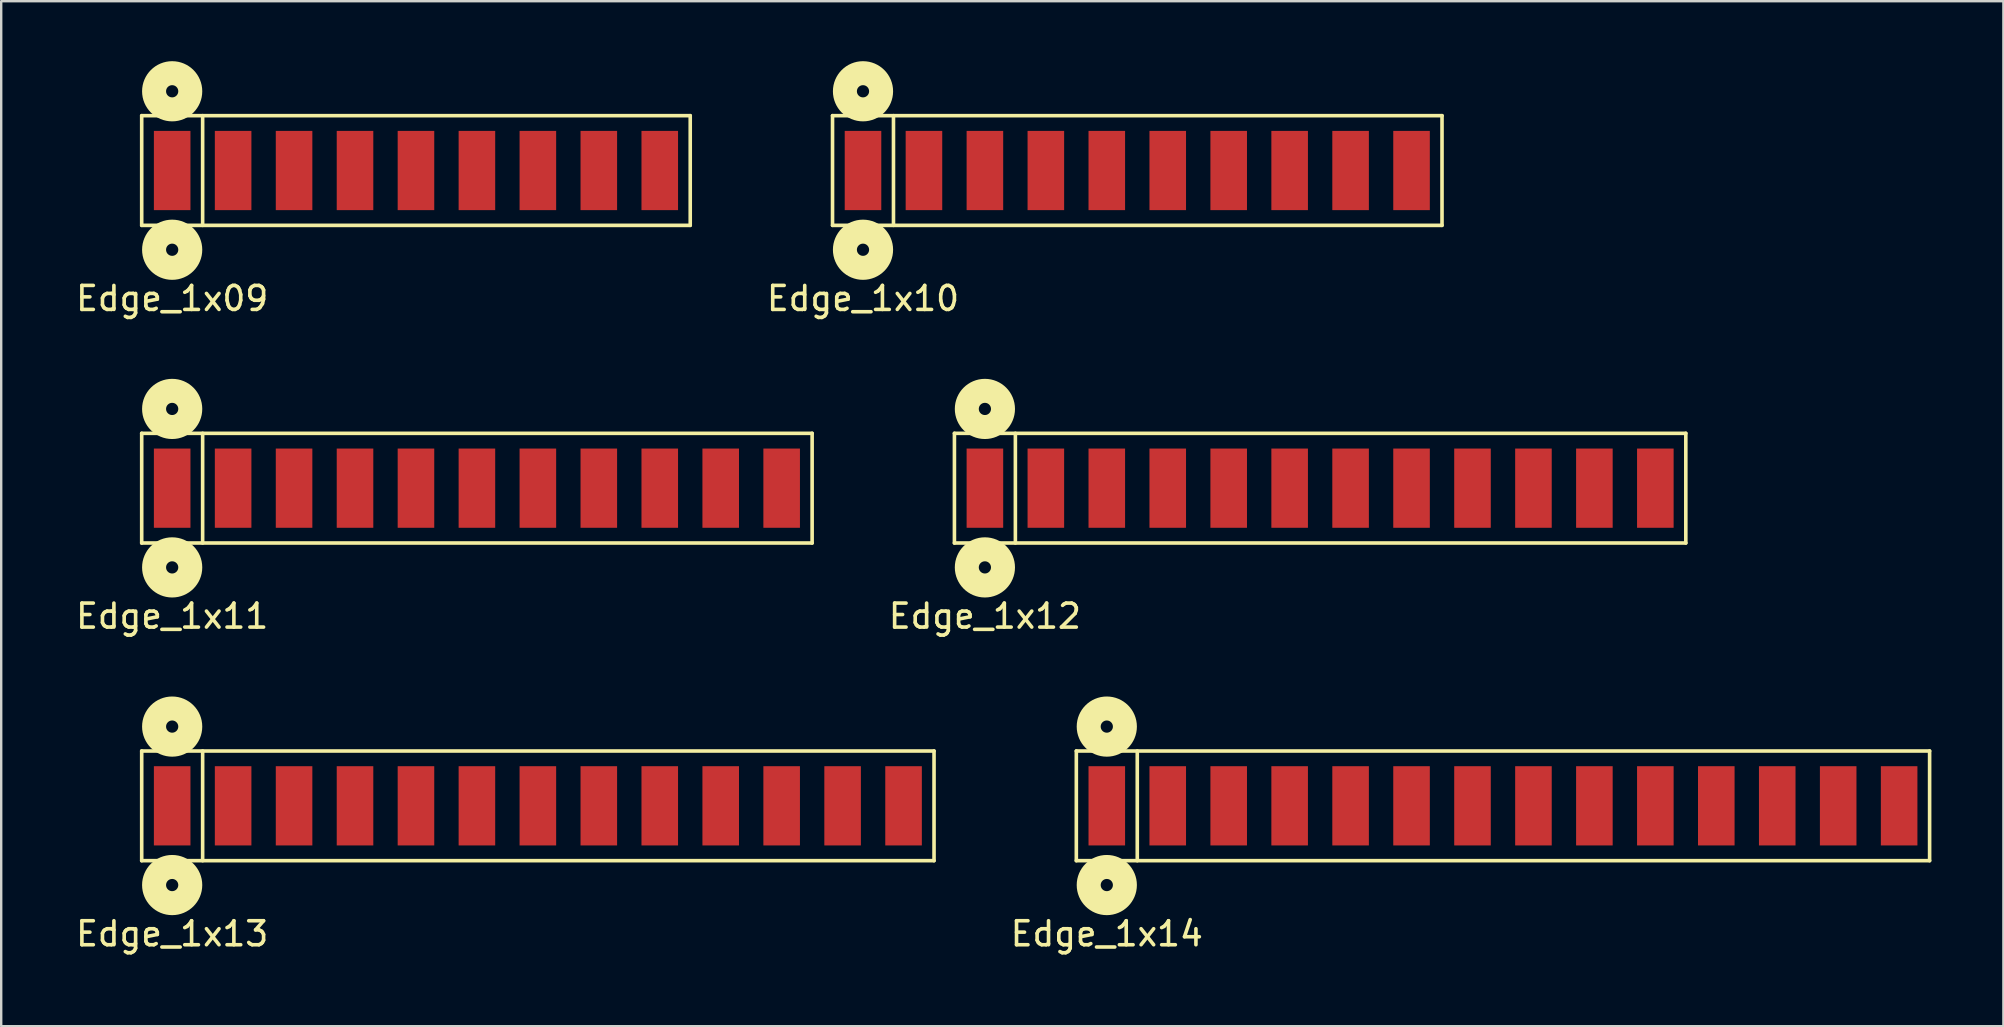
<source format=kicad_pcb>
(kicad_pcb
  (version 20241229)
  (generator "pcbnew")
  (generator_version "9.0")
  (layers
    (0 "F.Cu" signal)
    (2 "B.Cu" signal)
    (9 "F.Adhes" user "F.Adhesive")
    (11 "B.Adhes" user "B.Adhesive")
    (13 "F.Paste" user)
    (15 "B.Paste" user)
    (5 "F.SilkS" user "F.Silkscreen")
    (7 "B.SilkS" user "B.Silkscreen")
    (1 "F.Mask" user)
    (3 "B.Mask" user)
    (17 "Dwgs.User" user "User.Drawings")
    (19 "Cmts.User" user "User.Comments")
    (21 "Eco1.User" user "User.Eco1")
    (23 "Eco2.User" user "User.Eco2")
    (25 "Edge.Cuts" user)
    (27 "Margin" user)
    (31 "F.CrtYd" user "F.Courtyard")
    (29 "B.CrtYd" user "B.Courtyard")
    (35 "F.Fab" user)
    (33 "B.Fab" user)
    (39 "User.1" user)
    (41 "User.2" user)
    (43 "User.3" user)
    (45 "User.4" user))
  (footprint "Edge_1x11"
    (layer "F.Cu")
    (at 4.125 17.294)
    (property "Reference" "Edge_1x11" (at 0 5.334 0) (layer "F.SilkS") (effects (font (size 1 1) (thickness 0.15))))
    (attr through_hole)
    (fp_line (start -1.27 -2.286) (end -1.27 2.286) (stroke (width 0.15) (type solid)) (layer "F.SilkS"))
    (fp_line (start -1.27 2.286) (end 26.67 2.286) (stroke (width 0.15) (type solid)) (layer "F.SilkS"))
    (fp_line (start 1.27 2.286) (end 1.27 -2.286) (stroke (width 0.15) (type solid)) (layer "F.SilkS"))
    (fp_line (start 26.67 -2.286) (end -1.27 -2.286) (stroke (width 0.15) (type solid)) (layer "F.SilkS"))
    (fp_line (start 26.67 2.286) (end 26.67 -2.286) (stroke (width 0.15) (type solid)) (layer "F.SilkS"))
    (fp_circle (center 0 -3.302) (end 0.254 -3.302) (stroke (width 1) (type solid)) (fill no) (layer "F.SilkS"))
    (fp_circle (center 0 3.302) (end 0.254 3.302) (stroke (width 1) (type solid)) (fill no) (layer "F.SilkS"))
    (pad "1" smd rect (at 0 0) (size 1.524 3.302) (layers "F.Cu" "F.Mask" "F.Paste"))
    (pad "2" smd rect (at 2.54 0) (size 1.524 3.302) (layers "F.Cu" "F.Mask" "F.Paste"))
    (pad "3" smd rect (at 5.08 0) (size 1.524 3.302) (layers "F.Cu" "F.Mask" "F.Paste"))
    (pad "4" smd rect (at 7.62 0) (size 1.524 3.302) (layers "F.Cu" "F.Mask" "F.Paste"))
    (pad "5" smd rect (at 10.16 0) (size 1.524 3.302) (layers "F.Cu" "F.Mask" "F.Paste"))
    (pad "6" smd rect (at 12.7 0) (size 1.524 3.302) (layers "F.Cu" "F.Mask" "F.Paste"))
    (pad "7" smd rect (at 15.24 0) (size 1.524 3.302) (layers "F.Cu" "F.Mask" "F.Paste"))
    (pad "8" smd rect (at 17.78 0) (size 1.524 3.302) (layers "F.Cu" "F.Mask" "F.Paste"))
    (pad "9" smd rect (at 20.32 0) (size 1.524 3.302) (layers "F.Cu" "F.Mask" "F.Paste"))
    (pad "10" smd rect (at 22.86 0) (size 1.524 3.302) (layers "F.Cu" "F.Mask" "F.Paste"))
    (pad "11" smd rect (at 25.4 0) (size 1.524 3.302) (layers "F.Cu" "F.Mask" "F.Paste")))
  (footprint "Edge_1x09"
    (layer "F.Cu")
    (at 4.125 4.056)
    (property "Reference" "Edge_1x09" (at 0 5.334 0) (layer "F.SilkS") (effects (font (size 1 1) (thickness 0.15))))
    (attr through_hole)
    (fp_line (start -1.27 -2.286) (end -1.27 2.286) (stroke (width 0.15) (type solid)) (layer "F.SilkS"))
    (fp_line (start -1.27 2.286) (end 21.59 2.286) (stroke (width 0.15) (type solid)) (layer "F.SilkS"))
    (fp_line (start 1.27 2.286) (end 1.27 -2.286) (stroke (width 0.15) (type solid)) (layer "F.SilkS"))
    (fp_line (start 21.59 -2.286) (end -1.27 -2.286) (stroke (width 0.15) (type solid)) (layer "F.SilkS"))
    (fp_line (start 21.59 2.286) (end 21.59 -2.286) (stroke (width 0.15) (type solid)) (layer "F.SilkS"))
    (fp_circle (center 0 -3.302) (end 0.254 -3.302) (stroke (width 1) (type solid)) (fill no) (layer "F.SilkS"))
    (fp_circle (center 0 3.302) (end 0.254 3.302) (stroke (width 1) (type solid)) (fill no) (layer "F.SilkS"))
    (pad "1" smd rect (at 0 0) (size 1.524 3.302) (layers "F.Cu" "F.Mask" "F.Paste"))
    (pad "2" smd rect (at 2.54 0) (size 1.524 3.302) (layers "F.Cu" "F.Mask" "F.Paste"))
    (pad "3" smd rect (at 5.08 0) (size 1.524 3.302) (layers "F.Cu" "F.Mask" "F.Paste"))
    (pad "4" smd rect (at 7.62 0) (size 1.524 3.302) (layers "F.Cu" "F.Mask" "F.Paste"))
    (pad "5" smd rect (at 10.16 0) (size 1.524 3.302) (layers "F.Cu" "F.Mask" "F.Paste"))
    (pad "6" smd rect (at 12.7 0) (size 1.524 3.302) (layers "F.Cu" "F.Mask" "F.Paste"))
    (pad "7" smd rect (at 15.24 0) (size 1.524 3.302) (layers "F.Cu" "F.Mask" "F.Paste"))
    (pad "8" smd rect (at 17.78 0) (size 1.524 3.302) (layers "F.Cu" "F.Mask" "F.Paste"))
    (pad "9" smd rect (at 20.32 0) (size 1.524 3.302) (layers "F.Cu" "F.Mask" "F.Paste")))
  (footprint "Edge_1x13"
    (layer "F.Cu")
    (at 4.125 30.532)
    (property "Reference" "Edge_1x13" (at 0 5.334 0) (layer "F.SilkS") (effects (font (size 1 1) (thickness 0.15))))
    (attr through_hole)
    (fp_line (start -1.27 -2.286) (end -1.27 2.286) (stroke (width 0.15) (type solid)) (layer "F.SilkS"))
    (fp_line (start -1.27 2.286) (end 31.75 2.286) (stroke (width 0.15) (type solid)) (layer "F.SilkS"))
    (fp_line (start 1.27 2.286) (end 1.27 -2.286) (stroke (width 0.15) (type solid)) (layer "F.SilkS"))
    (fp_line (start 31.75 -2.286) (end -1.27 -2.286) (stroke (width 0.15) (type solid)) (layer "F.SilkS"))
    (fp_line (start 31.75 2.286) (end 31.75 -2.286) (stroke (width 0.15) (type solid)) (layer "F.SilkS"))
    (fp_circle (center 0 -3.302) (end 0.254 -3.302) (stroke (width 1) (type solid)) (fill no) (layer "F.SilkS"))
    (fp_circle (center 0 3.302) (end 0.254 3.302) (stroke (width 1) (type solid)) (fill no) (layer "F.SilkS"))
    (pad "1" smd rect (at 0 0) (size 1.524 3.302) (layers "F.Cu" "F.Mask" "F.Paste"))
    (pad "2" smd rect (at 2.54 0) (size 1.524 3.302) (layers "F.Cu" "F.Mask" "F.Paste"))
    (pad "3" smd rect (at 5.08 0) (size 1.524 3.302) (layers "F.Cu" "F.Mask" "F.Paste"))
    (pad "4" smd rect (at 7.62 0) (size 1.524 3.302) (layers "F.Cu" "F.Mask" "F.Paste"))
    (pad "5" smd rect (at 10.16 0) (size 1.524 3.302) (layers "F.Cu" "F.Mask" "F.Paste"))
    (pad "6" smd rect (at 12.7 0) (size 1.524 3.302) (layers "F.Cu" "F.Mask" "F.Paste"))
    (pad "7" smd rect (at 15.24 0) (size 1.524 3.302) (layers "F.Cu" "F.Mask" "F.Paste"))
    (pad "8" smd rect (at 17.78 0) (size 1.524 3.302) (layers "F.Cu" "F.Mask" "F.Paste"))
    (pad "9" smd rect (at 20.32 0) (size 1.524 3.302) (layers "F.Cu" "F.Mask" "F.Paste"))
    (pad "10" smd rect (at 22.86 0) (size 1.524 3.302) (layers "F.Cu" "F.Mask" "F.Paste"))
    (pad "11" smd rect (at 25.4 0) (size 1.524 3.302) (layers "F.Cu" "F.Mask" "F.Paste"))
    (pad "12" smd rect (at 27.94 0) (size 1.524 3.302) (layers "F.Cu" "F.Mask" "F.Paste"))
    (pad "13" smd rect (at 30.48 0) (size 1.524 3.302) (layers "F.Cu" "F.Mask" "F.Paste")))
  (footprint "Edge_1x10"
    (layer "F.Cu")
    (at 32.915 4.056)
    (property "Reference" "Edge_1x10" (at 0 5.334 0) (layer "F.SilkS") (effects (font (size 1 1) (thickness 0.15))))
    (attr through_hole)
    (fp_line (start -1.27 -2.286) (end -1.27 2.286) (stroke (width 0.15) (type solid)) (layer "F.SilkS"))
    (fp_line (start -1.27 2.286) (end 24.13 2.286) (stroke (width 0.15) (type solid)) (layer "F.SilkS"))
    (fp_line (start 1.27 2.286) (end 1.27 -2.286) (stroke (width 0.15) (type solid)) (layer "F.SilkS"))
    (fp_line (start 24.13 -2.286) (end -1.27 -2.286) (stroke (width 0.15) (type solid)) (layer "F.SilkS"))
    (fp_line (start 24.13 2.286) (end 24.13 -2.286) (stroke (width 0.15) (type solid)) (layer "F.SilkS"))
    (fp_circle (center 0 -3.302) (end 0.254 -3.302) (stroke (width 1) (type solid)) (fill no) (layer "F.SilkS"))
    (fp_circle (center 0 3.302) (end 0.254 3.302) (stroke (width 1) (type solid)) (fill no) (layer "F.SilkS"))
    (pad "1" smd rect (at 0 0) (size 1.524 3.302) (layers "F.Cu" "F.Mask" "F.Paste"))
    (pad "2" smd rect (at 2.54 0) (size 1.524 3.302) (layers "F.Cu" "F.Mask" "F.Paste"))
    (pad "3" smd rect (at 5.08 0) (size 1.524 3.302) (layers "F.Cu" "F.Mask" "F.Paste"))
    (pad "4" smd rect (at 7.62 0) (size 1.524 3.302) (layers "F.Cu" "F.Mask" "F.Paste"))
    (pad "5" smd rect (at 10.16 0) (size 1.524 3.302) (layers "F.Cu" "F.Mask" "F.Paste"))
    (pad "6" smd rect (at 12.7 0) (size 1.524 3.302) (layers "F.Cu" "F.Mask" "F.Paste"))
    (pad "7" smd rect (at 15.24 0) (size 1.524 3.302) (layers "F.Cu" "F.Mask" "F.Paste"))
    (pad "8" smd rect (at 17.78 0) (size 1.524 3.302) (layers "F.Cu" "F.Mask" "F.Paste"))
    (pad "9" smd rect (at 20.32 0) (size 1.524 3.302) (layers "F.Cu" "F.Mask" "F.Paste"))
    (pad "10" smd rect (at 22.86 0) (size 1.524 3.302) (layers "F.Cu" "F.Mask" "F.Paste")))
  (footprint "Edge_1x14"
    (layer "F.Cu")
    (at 43.075 30.532)
    (property "Reference" "Edge_1x14" (at 0 5.334 0) (layer "F.SilkS") (effects (font (size 1 1) (thickness 0.15))))
    (attr through_hole)
    (fp_line (start -1.27 -2.286) (end -1.27 2.286) (stroke (width 0.15) (type solid)) (layer "F.SilkS"))
    (fp_line (start -1.27 2.286) (end 34.29 2.286) (stroke (width 0.15) (type solid)) (layer "F.SilkS"))
    (fp_line (start 1.27 2.286) (end 1.27 -2.286) (stroke (width 0.15) (type solid)) (layer "F.SilkS"))
    (fp_line (start 34.29 -2.286) (end -1.27 -2.286) (stroke (width 0.15) (type solid)) (layer "F.SilkS"))
    (fp_line (start 34.29 2.286) (end 34.29 -2.286) (stroke (width 0.15) (type solid)) (layer "F.SilkS"))
    (fp_circle (center 0 -3.302) (end 0.254 -3.302) (stroke (width 1) (type solid)) (fill no) (layer "F.SilkS"))
    (fp_circle (center 0 3.302) (end 0.254 3.302) (stroke (width 1) (type solid)) (fill no) (layer "F.SilkS"))
    (pad "1" smd rect (at 0 0) (size 1.524 3.302) (layers "F.Cu" "F.Mask" "F.Paste"))
    (pad "2" smd rect (at 2.54 0) (size 1.524 3.302) (layers "F.Cu" "F.Mask" "F.Paste"))
    (pad "3" smd rect (at 5.08 0) (size 1.524 3.302) (layers "F.Cu" "F.Mask" "F.Paste"))
    (pad "4" smd rect (at 7.62 0) (size 1.524 3.302) (layers "F.Cu" "F.Mask" "F.Paste"))
    (pad "5" smd rect (at 10.16 0) (size 1.524 3.302) (layers "F.Cu" "F.Mask" "F.Paste"))
    (pad "6" smd rect (at 12.7 0) (size 1.524 3.302) (layers "F.Cu" "F.Mask" "F.Paste"))
    (pad "7" smd rect (at 15.24 0) (size 1.524 3.302) (layers "F.Cu" "F.Mask" "F.Paste"))
    (pad "8" smd rect (at 17.78 0) (size 1.524 3.302) (layers "F.Cu" "F.Mask" "F.Paste"))
    (pad "9" smd rect (at 20.32 0) (size 1.524 3.302) (layers "F.Cu" "F.Mask" "F.Paste"))
    (pad "10" smd rect (at 22.86 0) (size 1.524 3.302) (layers "F.Cu" "F.Mask" "F.Paste"))
    (pad "11" smd rect (at 25.4 0) (size 1.524 3.302) (layers "F.Cu" "F.Mask" "F.Paste"))
    (pad "12" smd rect (at 27.94 0) (size 1.524 3.302) (layers "F.Cu" "F.Mask" "F.Paste"))
    (pad "13" smd rect (at 30.48 0) (size 1.524 3.302) (layers "F.Cu" "F.Mask" "F.Paste"))
    (pad "14" smd rect (at 33.02 0) (size 1.524 3.302) (layers "F.Cu" "F.Mask" "F.Paste")))
  (footprint "Edge_1x12"
    (layer "F.Cu")
    (at 37.995 17.294)
    (property "Reference" "Edge_1x12" (at 0 5.334 0) (layer "F.SilkS") (effects (font (size 1 1) (thickness 0.15))))
    (attr through_hole)
    (fp_line (start -1.27 -2.286) (end -1.27 2.286) (stroke (width 0.15) (type solid)) (layer "F.SilkS"))
    (fp_line (start -1.27 2.286) (end 29.21 2.286) (stroke (width 0.15) (type solid)) (layer "F.SilkS"))
    (fp_line (start 1.27 2.286) (end 1.27 -2.286) (stroke (width 0.15) (type solid)) (layer "F.SilkS"))
    (fp_line (start 29.21 -2.286) (end -1.27 -2.286) (stroke (width 0.15) (type solid)) (layer "F.SilkS"))
    (fp_line (start 29.21 2.286) (end 29.21 -2.286) (stroke (width 0.15) (type solid)) (layer "F.SilkS"))
    (fp_circle (center 0 -3.302) (end 0.254 -3.302) (stroke (width 1) (type solid)) (fill no) (layer "F.SilkS"))
    (fp_circle (center 0 3.302) (end 0.254 3.302) (stroke (width 1) (type solid)) (fill no) (layer "F.SilkS"))
    (pad "1" smd rect (at 0 0) (size 1.524 3.302) (layers "F.Cu" "F.Mask" "F.Paste"))
    (pad "2" smd rect (at 2.54 0) (size 1.524 3.302) (layers "F.Cu" "F.Mask" "F.Paste"))
    (pad "3" smd rect (at 5.08 0) (size 1.524 3.302) (layers "F.Cu" "F.Mask" "F.Paste"))
    (pad "4" smd rect (at 7.62 0) (size 1.524 3.302) (layers "F.Cu" "F.Mask" "F.Paste"))
    (pad "5" smd rect (at 10.16 0) (size 1.524 3.302) (layers "F.Cu" "F.Mask" "F.Paste"))
    (pad "6" smd rect (at 12.7 0) (size 1.524 3.302) (layers "F.Cu" "F.Mask" "F.Paste"))
    (pad "7" smd rect (at 15.24 0) (size 1.524 3.302) (layers "F.Cu" "F.Mask" "F.Paste"))
    (pad "8" smd rect (at 17.78 0) (size 1.524 3.302) (layers "F.Cu" "F.Mask" "F.Paste"))
    (pad "9" smd rect (at 20.32 0) (size 1.524 3.302) (layers "F.Cu" "F.Mask" "F.Paste"))
    (pad "10" smd rect (at 22.86 0) (size 1.524 3.302) (layers "F.Cu" "F.Mask" "F.Paste"))
    (pad "11" smd rect (at 25.4 0) (size 1.524 3.302) (layers "F.Cu" "F.Mask" "F.Paste"))
    (pad "12" smd rect (at 27.94 0) (size 1.524 3.302) (layers "F.Cu" "F.Mask" "F.Paste")))
  (gr_rect
    (start -3 -3)
    (end 80.44 39.715)
    (stroke (width 0.1) (type default))
    (fill no)
    (layer "Edge.Cuts")))
</source>
